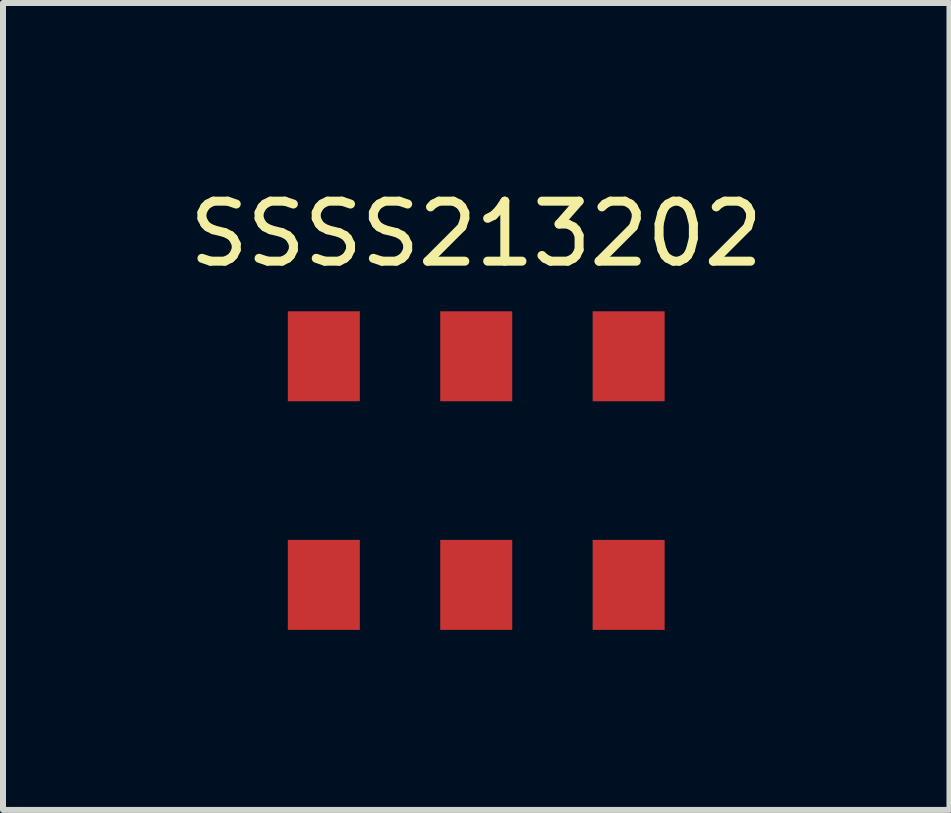
<source format=kicad_pcb>
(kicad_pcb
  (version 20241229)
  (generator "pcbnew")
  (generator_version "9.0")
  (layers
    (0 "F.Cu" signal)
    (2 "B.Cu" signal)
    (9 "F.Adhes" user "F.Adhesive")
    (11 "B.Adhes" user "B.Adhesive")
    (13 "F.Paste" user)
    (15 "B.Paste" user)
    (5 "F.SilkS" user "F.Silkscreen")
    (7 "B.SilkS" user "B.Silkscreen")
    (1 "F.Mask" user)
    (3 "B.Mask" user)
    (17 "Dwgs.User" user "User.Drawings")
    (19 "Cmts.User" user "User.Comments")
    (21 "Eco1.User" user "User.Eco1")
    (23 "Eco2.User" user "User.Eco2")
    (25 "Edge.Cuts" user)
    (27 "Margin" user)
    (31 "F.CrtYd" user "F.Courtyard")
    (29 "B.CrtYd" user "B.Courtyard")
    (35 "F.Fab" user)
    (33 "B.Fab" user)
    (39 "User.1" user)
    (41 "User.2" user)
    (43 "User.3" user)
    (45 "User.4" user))
  (footprint "SSSS213202"
    (layer "F.Cu")
    (at 4.887 0.348)
    (property "Reference" "SSSS213202" (at 0 0.5 0) (layer "F.SilkS") (effects (font (size 1 1) (thickness 0.15))))
    (attr through_hole)
    (pad "1" smd rect (at -2.54 2.54) (size 1.2 1.5) (layers "F.Cu" "F.Mask" "F.Paste"))
    (pad "1" smd rect (at -2.54 6.35) (size 1.2 1.5) (layers "F.Cu" "F.Mask" "F.Paste"))
    (pad "2" smd rect (at 2.54 2.54) (size 1.2 1.5) (layers "F.Cu" "F.Mask" "F.Paste"))
    (pad "2" smd rect (at 2.54 6.35) (size 1.2 1.5) (layers "F.Cu" "F.Mask" "F.Paste"))
    (pad "3" smd rect (at 0 2.54) (size 1.2 1.5) (layers "F.Cu" "F.Mask" "F.Paste"))
    (pad "3" smd rect (at 0 6.35) (size 1.2 1.5) (layers "F.Cu" "F.Mask" "F.Paste")))
  (gr_rect
    (start -3 -3)
    (end 12.774 10.448)
    (stroke (width 0.1) (type default))
    (fill no)
    (layer "Edge.Cuts")))
</source>
